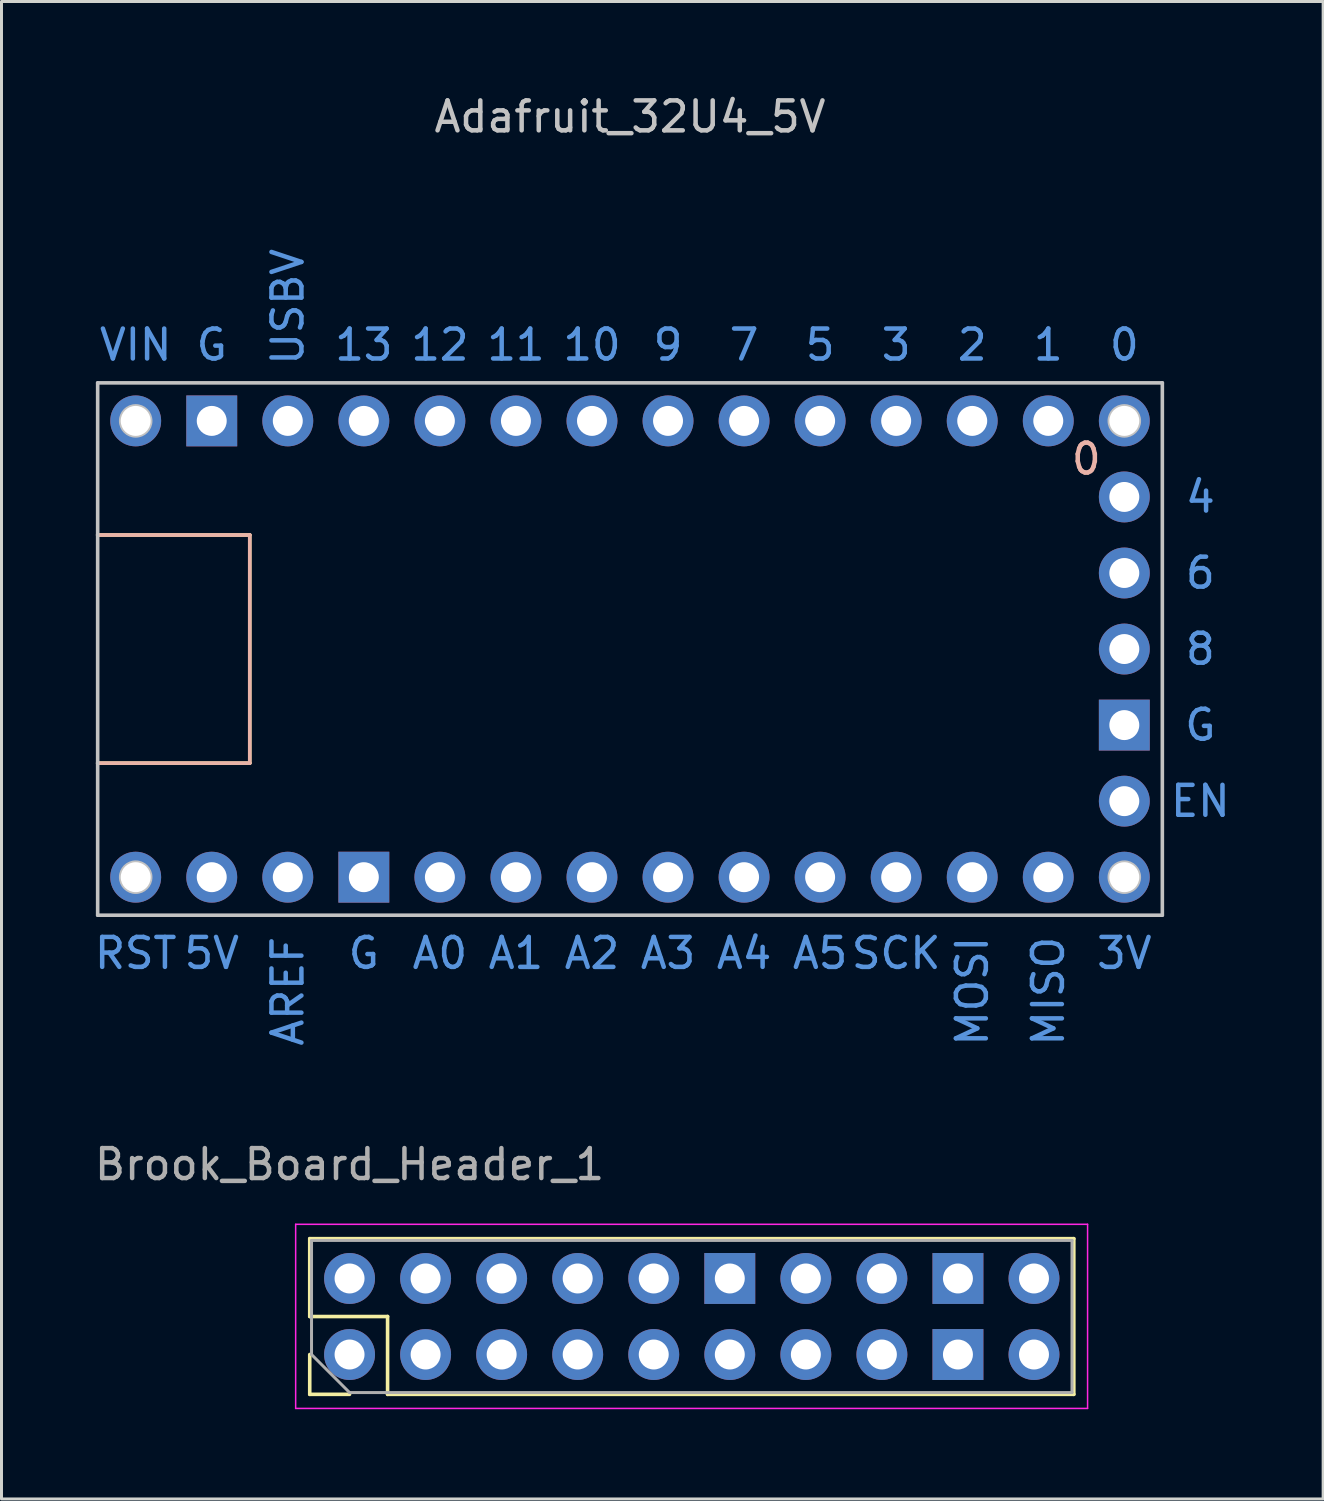
<source format=kicad_pcb>
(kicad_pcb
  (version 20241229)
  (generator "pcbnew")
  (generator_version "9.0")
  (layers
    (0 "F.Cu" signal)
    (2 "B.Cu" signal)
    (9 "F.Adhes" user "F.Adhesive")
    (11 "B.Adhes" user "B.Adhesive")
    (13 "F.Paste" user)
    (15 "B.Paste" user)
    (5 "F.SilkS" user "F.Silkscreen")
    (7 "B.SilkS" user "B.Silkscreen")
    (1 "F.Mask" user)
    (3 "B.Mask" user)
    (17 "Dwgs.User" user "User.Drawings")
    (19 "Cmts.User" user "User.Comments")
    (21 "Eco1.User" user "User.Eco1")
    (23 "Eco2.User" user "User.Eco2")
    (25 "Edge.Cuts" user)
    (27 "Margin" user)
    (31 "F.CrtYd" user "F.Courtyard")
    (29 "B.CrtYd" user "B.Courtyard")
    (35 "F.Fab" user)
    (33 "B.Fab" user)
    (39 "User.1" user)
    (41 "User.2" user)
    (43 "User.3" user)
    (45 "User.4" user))
  (footprint "Brook_Board_Header_1"
    (layer "F.Cu")
    (at 8.625 42.191)
    (property "Reference" "Brook_Board_Header_1" (at 0 -6.35 0) (layer "F.Fab") (effects (font (size 1 1) (thickness 0.15))))
    (attr through_hole)
    (fp_line (start -1.33 -3.87) (end 24.19 -3.87) (stroke (width 0.12) (type solid)) (layer "F.SilkS"))
    (fp_line (start -1.33 -1.27) (end -1.33 -3.87) (stroke (width 0.12) (type solid)) (layer "F.SilkS"))
    (fp_line (start -1.33 1.33) (end -1.33 0) (stroke (width 0.12) (type solid)) (layer "F.SilkS"))
    (fp_line (start 0 1.33) (end -1.33 1.33) (stroke (width 0.12) (type solid)) (layer "F.SilkS"))
    (fp_line (start 1.27 -1.27) (end -1.33 -1.27) (stroke (width 0.12) (type solid)) (layer "F.SilkS"))
    (fp_line (start 1.27 1.33) (end 1.27 -1.27) (stroke (width 0.12) (type solid)) (layer "F.SilkS"))
    (fp_line (start 1.27 1.33) (end 24.19 1.33) (stroke (width 0.12) (type solid)) (layer "F.SilkS"))
    (fp_line (start 24.19 1.33) (end 24.19 -3.87) (stroke (width 0.12) (type solid)) (layer "F.SilkS"))
    (fp_line (start -1.8 -4.35) (end -1.8 1.8) (stroke (width 0.05) (type solid)) (layer "F.CrtYd"))
    (fp_line (start -1.8 1.8) (end 24.65 1.8) (stroke (width 0.05) (type solid)) (layer "F.CrtYd"))
    (fp_line (start 24.65 -4.35) (end -1.8 -4.35) (stroke (width 0.05) (type solid)) (layer "F.CrtYd"))
    (fp_line (start 24.65 1.8) (end 24.65 -4.35) (stroke (width 0.05) (type solid)) (layer "F.CrtYd"))
    (fp_line (start -1.27 -3.81) (end 24.13 -3.81) (stroke (width 0.1) (type solid)) (layer "F.Fab"))
    (fp_line (start -1.27 0) (end -1.27 -3.81) (stroke (width 0.1) (type solid)) (layer "F.Fab"))
    (fp_line (start 0 1.27) (end -1.27 0) (stroke (width 0.1) (type solid)) (layer "F.Fab"))
    (fp_line (start 24.13 -3.81) (end 24.13 1.27) (stroke (width 0.1) (type solid)) (layer "F.Fab"))
    (fp_line (start 24.13 1.27) (end 0 1.27) (stroke (width 0.1) (type solid)) (layer "F.Fab"))
    (pad "1" thru_hole circle (at 0 0 90) (size 1.7 1.7) (drill 1) (layers "*.Cu" "*.Mask"))
    (pad "2" thru_hole oval (at 0 -2.54 90) (size 1.7 1.7) (drill 1) (layers "*.Cu" "*.Mask"))
    (pad "3" thru_hole oval (at 2.54 0 90) (size 1.7 1.7) (drill 1) (layers "*.Cu" "*.Mask"))
    (pad "4" thru_hole oval (at 2.54 -2.54 90) (size 1.7 1.7) (drill 1) (layers "*.Cu" "*.Mask"))
    (pad "5" thru_hole oval (at 5.08 0 90) (size 1.7 1.7) (drill 1) (layers "*.Cu" "*.Mask"))
    (pad "6" thru_hole oval (at 5.08 -2.54 90) (size 1.7 1.7) (drill 1) (layers "*.Cu" "*.Mask"))
    (pad "7" thru_hole oval (at 7.62 0 90) (size 1.7 1.7) (drill 1) (layers "*.Cu" "*.Mask"))
    (pad "8" thru_hole oval (at 7.62 -2.54 90) (size 1.7 1.7) (drill 1) (layers "*.Cu" "*.Mask"))
    (pad "9" thru_hole oval (at 10.16 0 90) (size 1.7 1.7) (drill 1) (layers "*.Cu" "*.Mask"))
    (pad "10" thru_hole oval (at 10.16 -2.54 90) (size 1.7 1.7) (drill 1) (layers "*.Cu" "*.Mask"))
    (pad "11" thru_hole oval (at 12.7 0 90) (size 1.7 1.7) (drill 1) (layers "*.Cu" "*.Mask"))
    (pad "12" thru_hole rect (at 12.7 -2.54 90) (size 1.7 1.7) (drill 1) (layers "*.Cu" "*.Mask"))
    (pad "13" thru_hole oval (at 15.24 0 90) (size 1.7 1.7) (drill 1) (layers "*.Cu" "*.Mask"))
    (pad "14" thru_hole oval (at 15.24 -2.54 90) (size 1.7 1.7) (drill 1) (layers "*.Cu" "*.Mask"))
    (pad "15" thru_hole oval (at 17.78 0 90) (size 1.7 1.7) (drill 1) (layers "*.Cu" "*.Mask"))
    (pad "16" thru_hole oval (at 17.78 -2.54 90) (size 1.7 1.7) (drill 1) (layers "*.Cu" "*.Mask"))
    (pad "17" thru_hole rect (at 20.32 0 90) (size 1.7 1.7) (drill 1) (layers "*.Cu" "*.Mask"))
    (pad "18" thru_hole rect (at 20.32 -2.54 90) (size 1.7 1.7) (drill 1) (layers "*.Cu" "*.Mask"))
    (pad "19" thru_hole oval (at 22.86 0 90) (size 1.7 1.7) (drill 1) (layers "*.Cu" "*.Mask"))
    (pad "20" thru_hole oval (at 22.86 -2.54 90) (size 1.7 1.7) (drill 1) (layers "*.Cu" "*.Mask")))
  (footprint "Adafruit_32U4_5V"
    (layer "F.Cu")
    (at 17.992 18.628)
    (property "Reference" "Adafruit_32U4_5V" (at 0 -17.78 180) (layer "Dwgs.User") (effects (font (size 1 1) (thickness 0.15))))
    (attr through_hole)
    (fp_line (start -17.78 -3.81) (end -12.7 -3.81) (stroke (width 0.12) (type solid)) (layer "F.SilkS"))
    (fp_line (start -12.7 -3.81) (end -12.7 3.81) (stroke (width 0.12) (type solid)) (layer "F.SilkS"))
    (fp_line (start -12.7 3.81) (end -17.78 3.81) (stroke (width 0.12) (type solid)) (layer "F.SilkS"))
    (fp_line (start -17.78 -3.81) (end -12.7 -3.81) (stroke (width 0.12) (type solid)) (layer "B.SilkS"))
    (fp_line (start -12.7 -3.81) (end -12.7 3.81) (stroke (width 0.12) (type solid)) (layer "B.SilkS"))
    (fp_line (start -12.7 3.81) (end -17.78 3.81) (stroke (width 0.12) (type solid)) (layer "B.SilkS"))
    (fp_line (start -17.78 -8.89) (end 17.78 -8.89) (stroke (width 0.12) (type solid)) (layer "Dwgs.User"))
    (fp_line (start -17.78 8.89) (end -17.78 -8.89) (stroke (width 0.12) (type solid)) (layer "Dwgs.User"))
    (fp_line (start 17.78 -8.89) (end 17.78 8.89) (stroke (width 0.12) (type solid)) (layer "Dwgs.User"))
    (fp_line (start 17.78 8.89) (end -17.78 8.89) (stroke (width 0.12) (type solid)) (layer "Dwgs.User"))
    (fp_circle (center -16.51 -7.62) (end -16.01 -7.62) (stroke (width 0.12) (type solid)) (fill no) (layer "Dwgs.User"))
    (fp_circle (center -16.51 7.62) (end -16.01 7.62) (stroke (width 0.12) (type solid)) (fill no) (layer "Dwgs.User"))
    (fp_circle (center 16.51 -7.62) (end 17.01 -7.62) (stroke (width 0.12) (type solid)) (fill no) (layer "Dwgs.User"))
    (fp_circle (center 16.51 7.62) (end 17.01 7.62) (stroke (width 0.12) (type solid)) (fill no) (layer "Dwgs.User"))
    (fp_text user "0" (at 15.24 -6.35 0) (layer "B.SilkS") (effects (font (size 1 1) (thickness 0.15)) (justify mirror)))
    (fp_text user "MISO" (at 13.97 11.43 270) (layer "Cmts.User") (effects (font (size 1 1) (thickness 0.15))))
    (fp_text user "G" (at -8.89 10.16 0) (layer "Cmts.User") (effects (font (size 1 1) (thickness 0.15))))
    (fp_text user "A3" (at 1.27 10.16 0) (layer "Cmts.User") (effects (font (size 1 1) (thickness 0.15))))
    (fp_text user "SCK" (at 8.89 10.16 0) (layer "Cmts.User") (effects (font (size 1 1) (thickness 0.15))))
    (fp_text user "A4" (at 3.81 10.16 0) (layer "Cmts.User") (effects (font (size 1 1) (thickness 0.15))))
    (fp_text user "5V" (at -13.97 10.16 0) (layer "Cmts.User") (effects (font (size 1 1) (thickness 0.15))))
    (fp_text user "USBV" (at -11.43 -11.43 90) (layer "Cmts.User") (effects (font (size 1 1) (thickness 0.15))))
    (fp_text user "13" (at -8.89 -10.16 0) (layer "Cmts.User") (effects (font (size 1 1) (thickness 0.15))))
    (fp_text user "9" (at 1.27 -10.16 0) (layer "Cmts.User") (effects (font (size 1 1) (thickness 0.15))))
    (fp_text user "0" (at 16.51 -10.16 0) (layer "Cmts.User") (effects (font (size 1 1) (thickness 0.15))))
    (fp_text user "EN" (at 19.05 5.08 0) (layer "Cmts.User") (effects (font (size 1 1) (thickness 0.15))))
    (fp_text user "RST" (at -16.51 10.16 0) (layer "Cmts.User") (effects (font (size 1 1) (thickness 0.15))))
    (fp_text user "G" (at 19.05 2.54 0) (layer "Cmts.User") (effects (font (size 1 1) (thickness 0.15))))
    (fp_text user "7" (at 3.81 -10.16 0) (layer "Cmts.User") (effects (font (size 1 1) (thickness 0.15))))
    (fp_text user "VIN" (at -16.51 -10.16 0) (layer "Cmts.User") (effects (font (size 1 1) (thickness 0.15))))
    (fp_text user "10" (at -1.27 -10.16 0) (layer "Cmts.User") (effects (font (size 1 1) (thickness 0.15))))
    (fp_text user "3" (at 8.89 -10.16 0) (layer "Cmts.User") (effects (font (size 1 1) (thickness 0.15))))
    (fp_text user "5" (at 6.35 -10.16 0) (layer "Cmts.User") (effects (font (size 1 1) (thickness 0.15))))
    (fp_text user "8" (at 19.05 0 0) (layer "Cmts.User") (effects (font (size 1 1) (thickness 0.15))))
    (fp_text user "12" (at -6.35 -10.16 0) (layer "Cmts.User") (effects (font (size 1 1) (thickness 0.15))))
    (fp_text user "A0" (at -6.35 10.16 0) (layer "Cmts.User") (effects (font (size 1 1) (thickness 0.15))))
    (fp_text user "AREF" (at -11.43 11.43 270) (layer "Cmts.User") (effects (font (size 1 1) (thickness 0.15))))
    (fp_text user "6" (at 19.05 -2.54 0) (layer "Cmts.User") (effects (font (size 1 1) (thickness 0.15))))
    (fp_text user "11" (at -3.81 -10.16 0) (layer "Cmts.User") (effects (font (size 1 1) (thickness 0.15))))
    (fp_text user "A5" (at 6.35 10.16 0) (layer "Cmts.User") (effects (font (size 1 1) (thickness 0.15))))
    (fp_text user "2" (at 11.43 -10.16 0) (layer "Cmts.User") (effects (font (size 1 1) (thickness 0.15))))
    (fp_text user "A1" (at -3.81 10.16 0) (layer "Cmts.User") (effects (font (size 1 1) (thickness 0.15))))
    (fp_text user "3V" (at 16.51 10.16 0) (layer "Cmts.User") (effects (font (size 1 1) (thickness 0.15))))
    (fp_text user "A2" (at -1.27 10.16 0) (layer "Cmts.User") (effects (font (size 1 1) (thickness 0.15))))
    (fp_text user "1" (at 13.97 -10.16 0) (layer "Cmts.User") (effects (font (size 1 1) (thickness 0.15))))
    (fp_text user "MOSI" (at 11.43 11.43 270) (layer "Cmts.User") (effects (font (size 1 1) (thickness 0.15))))
    (fp_text user "G" (at -13.97 -10.16 0) (layer "Cmts.User") (effects (font (size 1 1) (thickness 0.15))))
    (fp_text user "4" (at 19.05 -5.08 0) (layer "Cmts.User") (effects (font (size 1 1) (thickness 0.15))))
    (pad "0" thru_hole circle (at 16.51 -7.62) (size 1.7 1.7) (drill 1) (layers "*.Cu" "*.Mask"))
    (pad "1" thru_hole circle (at 13.97 -7.62) (size 1.7 1.7) (drill 1) (layers "*.Cu" "*.Mask"))
    (pad "2" thru_hole circle (at 11.43 -7.62) (size 1.7 1.7) (drill 1) (layers "*.Cu" "*.Mask"))
    (pad "3" thru_hole circle (at 8.89 -7.62) (size 1.7 1.7) (drill 1) (layers "*.Cu" "*.Mask"))
    (pad "4" thru_hole circle (at 16.51 -5.08) (size 1.7 1.7) (drill 1) (layers "*.Cu" "*.Mask"))
    (pad "5" thru_hole circle (at 6.35 -7.62) (size 1.7 1.7) (drill 1) (layers "*.Cu" "*.Mask"))
    (pad "6" thru_hole circle (at 16.51 -2.54) (size 1.7 1.7) (drill 1) (layers "*.Cu" "*.Mask"))
    (pad "7" thru_hole circle (at 3.81 -7.62) (size 1.7 1.7) (drill 1) (layers "*.Cu" "*.Mask"))
    (pad "8" thru_hole circle (at 16.51 0) (size 1.7 1.7) (drill 1) (layers "*.Cu" "*.Mask"))
    (pad "9" thru_hole circle (at 1.27 -7.62) (size 1.7 1.7) (drill 1) (layers "*.Cu" "*.Mask"))
    (pad "10" thru_hole circle (at -1.27 -7.62) (size 1.7 1.7) (drill 1) (layers "*.Cu" "*.Mask"))
    (pad "11" thru_hole circle (at -3.81 -7.62) (size 1.7 1.7) (drill 1) (layers "*.Cu" "*.Mask"))
    (pad "12" thru_hole circle (at -6.35 -7.62) (size 1.7 1.7) (drill 1) (layers "*.Cu" "*.Mask"))
    (pad "13" thru_hole circle (at -8.89 -7.62) (size 1.7 1.7) (drill 1) (layers "*.Cu" "*.Mask"))
    (pad "14" thru_hole circle (at 13.97 7.62) (size 1.7 1.7) (drill 1) (layers "*.Cu" "*.Mask"))
    (pad "15" thru_hole circle (at 8.89 7.62) (size 1.7 1.7) (drill 1) (layers "*.Cu" "*.Mask"))
    (pad "16" thru_hole circle (at 11.43 7.62) (size 1.7 1.7) (drill 1) (layers "*.Cu" "*.Mask"))
    (pad "18" thru_hole circle (at -6.35 7.62) (size 1.7 1.7) (drill 1) (layers "*.Cu" "*.Mask"))
    (pad "19" thru_hole circle (at -3.81 7.62) (size 1.7 1.7) (drill 1) (layers "*.Cu" "*.Mask"))
    (pad "20" thru_hole circle (at -1.27 7.62) (size 1.7 1.7) (drill 1) (layers "*.Cu" "*.Mask"))
    (pad "21" thru_hole circle (at 1.27 7.62) (size 1.7 1.7) (drill 1) (layers "*.Cu" "*.Mask"))
    (pad "22" thru_hole circle (at 3.81 7.62) (size 1.7 1.7) (drill 1) (layers "*.Cu" "*.Mask"))
    (pad "23" thru_hole circle (at 6.35 7.62) (size 1.7 1.7) (drill 1) (layers "*.Cu" "*.Mask"))
    (pad "24" thru_hole circle (at -16.51 -7.62) (size 1.7 1.7) (drill 1) (layers "*.Cu" "*.Mask"))
    (pad "25" thru_hole rect (at -13.97 -7.62) (size 1.7 1.7) (drill 1) (layers "*.Cu" "*.Mask"))
    (pad "26" thru_hole circle (at -11.43 -7.62) (size 1.7 1.7) (drill 1) (layers "*.Cu" "*.Mask"))
    (pad "27" thru_hole rect (at 16.51 2.54) (size 1.7 1.7) (drill 1) (layers "*.Cu" "*.Mask"))
    (pad "28" thru_hole circle (at 16.51 5.08) (size 1.7 1.7) (drill 1) (layers "*.Cu" "*.Mask"))
    (pad "29" thru_hole circle (at 16.51 7.62) (size 1.7 1.7) (drill 1) (layers "*.Cu" "*.Mask"))
    (pad "30" thru_hole rect (at -8.89 7.62) (size 1.7 1.7) (drill 1) (layers "*.Cu" "*.Mask"))
    (pad "31" thru_hole circle (at -11.43 7.62) (size 1.7 1.7) (drill 1) (layers "*.Cu" "*.Mask"))
    (pad "32" thru_hole circle (at -13.97 7.62) (size 1.7 1.7) (drill 1) (layers "*.Cu" "*.Mask"))
    (pad "33" thru_hole circle (at -16.51 7.62) (size 1.7 1.7) (drill 1) (layers "*.Cu" "*.Mask")))
  (gr_rect
    (start -3 -3)
    (end 41.143 47.016)
    (stroke (width 0.1) (type default))
    (fill no)
    (layer "Edge.Cuts")))
</source>
